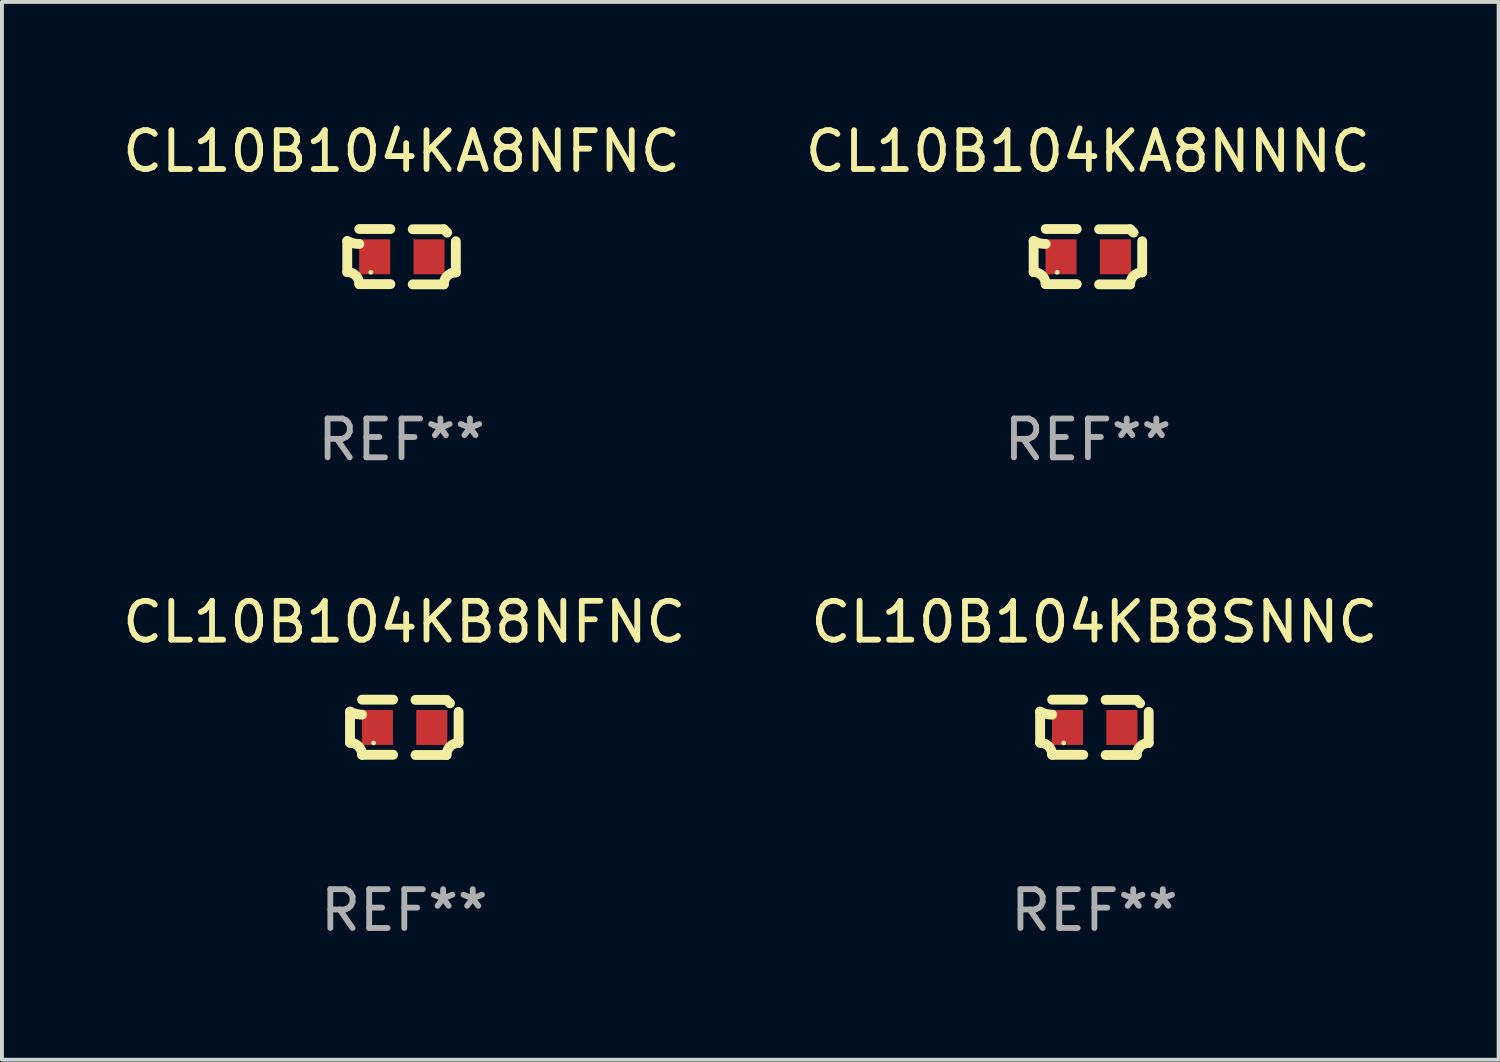
<source format=kicad_pcb>
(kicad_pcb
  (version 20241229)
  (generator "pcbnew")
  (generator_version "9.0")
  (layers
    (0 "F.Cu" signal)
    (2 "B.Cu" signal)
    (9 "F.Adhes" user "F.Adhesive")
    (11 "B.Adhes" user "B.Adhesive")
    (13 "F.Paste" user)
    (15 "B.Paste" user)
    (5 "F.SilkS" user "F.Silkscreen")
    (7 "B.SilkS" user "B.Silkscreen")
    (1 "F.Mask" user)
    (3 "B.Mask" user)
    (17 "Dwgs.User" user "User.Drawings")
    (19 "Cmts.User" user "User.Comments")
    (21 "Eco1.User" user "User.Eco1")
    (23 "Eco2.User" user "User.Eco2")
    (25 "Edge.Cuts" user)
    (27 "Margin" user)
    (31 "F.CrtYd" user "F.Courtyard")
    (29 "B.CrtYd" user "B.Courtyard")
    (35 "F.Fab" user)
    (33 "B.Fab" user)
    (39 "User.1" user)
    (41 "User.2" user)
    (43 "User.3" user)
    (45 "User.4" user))
  (footprint "CL10B104KB8SNNC"
    (layer "F.Cu")
    (at 25.137 15.683)
    (property "Reference" "CL10B104KB8SNNC" (at 0 -2.713 0) (layer "F.SilkS") (effects (font (size 1 1) (thickness 0.15))))
    (attr through_hole)
    (fp_line (start -1.398 -0.403) (end -1.398 0.397) (stroke (width 0.254) (type solid)) (layer "F.SilkS"))
    (fp_line (start -0.288 -0.713) (end -1.088 -0.713) (stroke (width 0.254) (type solid)) (layer "F.SilkS"))
    (fp_line (start -0.288 0.707) (end -1.088 0.707) (stroke (width 0.254) (type solid)) (layer "F.SilkS"))
    (fp_line (start 0.288 -0.707) (end 1.088 -0.707) (stroke (width 0.254) (type solid)) (layer "F.SilkS"))
    (fp_line (start 0.288 0.713) (end 1.088 0.713) (stroke (width 0.254) (type solid)) (layer "F.SilkS"))
    (fp_line (start 1.398 -0.397) (end 1.398 0.403) (stroke (width 0.254) (type solid)) (layer "F.SilkS"))
    (fp_arc (start -1.397789 0.397066) (mid -1.178701 0.487826) (end -1.08796 0.706922) (stroke (width 0.254001) (type solid)) (layer "F.SilkS"))
    (fp_arc (start -1.08796 -0.327176) (mid -1.247436 -0.346384) (end -1.39779 -0.402908) (stroke (width 0.254001) (type solid)) (layer "F.SilkS"))
    (fp_arc (start 1.087909 0.712738) (mid 1.178656 0.493655) (end 1.397739 0.402908) (stroke (width 0.254001) (type solid)) (layer "F.SilkS"))
    (fp_arc (start 1.175925 -0.618926) (mid 1.131917 -0.662923) (end 1.08791 -0.706922) (stroke (width 0.254001) (type solid)) (layer "F.SilkS"))
    (fp_circle (center -0.792 0.403) (end -0.762 0.403) (stroke (width 0.06) (type solid)) (fill no) (layer "F.SilkS"))
    (fp_text user "REF**" (at 0 4.713 0) (layer "F.Fab") (effects (font (size 1 1) (thickness 0.15))))
    (pad "1" smd rect (at -0.692 0.003) (size 0.8 0.9) (layers "F.Cu" "F.Mask" "F.Paste"))
    (pad "2" smd rect (at 0.708 0.003) (size 0.8 0.9) (layers "F.Cu" "F.Mask" "F.Paste")))
  (footprint "CL10B104KA8NFNC"
    (layer "F.Cu")
    (at 7.292 3.561)
    (property "Reference" "CL10B104KA8NFNC" (at 0 -2.713 0) (layer "F.SilkS") (effects (font (size 1 1) (thickness 0.15))))
    (attr through_hole)
    (fp_line (start -1.398 -0.403) (end -1.398 0.397) (stroke (width 0.254) (type solid)) (layer "F.SilkS"))
    (fp_line (start -0.288 -0.713) (end -1.088 -0.713) (stroke (width 0.254) (type solid)) (layer "F.SilkS"))
    (fp_line (start -0.288 0.707) (end -1.088 0.707) (stroke (width 0.254) (type solid)) (layer "F.SilkS"))
    (fp_line (start 0.288 -0.707) (end 1.088 -0.707) (stroke (width 0.254) (type solid)) (layer "F.SilkS"))
    (fp_line (start 0.288 0.713) (end 1.088 0.713) (stroke (width 0.254) (type solid)) (layer "F.SilkS"))
    (fp_line (start 1.398 -0.397) (end 1.398 0.403) (stroke (width 0.254) (type solid)) (layer "F.SilkS"))
    (fp_arc (start -1.397789 0.397066) (mid -1.178701 0.487826) (end -1.08796 0.706922) (stroke (width 0.254001) (type solid)) (layer "F.SilkS"))
    (fp_arc (start -1.08796 -0.327176) (mid -1.247436 -0.346384) (end -1.39779 -0.402908) (stroke (width 0.254001) (type solid)) (layer "F.SilkS"))
    (fp_arc (start 1.087909 0.712738) (mid 1.178656 0.493655) (end 1.397739 0.402908) (stroke (width 0.254001) (type solid)) (layer "F.SilkS"))
    (fp_arc (start 1.175925 -0.618926) (mid 1.131917 -0.662923) (end 1.08791 -0.706922) (stroke (width 0.254001) (type solid)) (layer "F.SilkS"))
    (fp_circle (center -0.792 0.403) (end -0.762 0.403) (stroke (width 0.06) (type solid)) (fill no) (layer "F.SilkS"))
    (fp_text user "REF**" (at 0 4.713 0) (layer "F.Fab") (effects (font (size 1 1) (thickness 0.15))))
    (pad "1" smd rect (at -0.692 0.003) (size 0.8 0.9) (layers "F.Cu" "F.Mask" "F.Paste"))
    (pad "2" smd rect (at 0.708 0.003) (size 0.8 0.9) (layers "F.Cu" "F.Mask" "F.Paste")))
  (footprint "CL10B104KB8NFNC"
    (layer "F.Cu")
    (at 7.363 15.683)
    (property "Reference" "CL10B104KB8NFNC" (at 0 -2.713 0) (layer "F.SilkS") (effects (font (size 1 1) (thickness 0.15))))
    (attr through_hole)
    (fp_line (start -1.398 -0.403) (end -1.398 0.397) (stroke (width 0.254) (type solid)) (layer "F.SilkS"))
    (fp_line (start -0.288 -0.713) (end -1.088 -0.713) (stroke (width 0.254) (type solid)) (layer "F.SilkS"))
    (fp_line (start -0.288 0.707) (end -1.088 0.707) (stroke (width 0.254) (type solid)) (layer "F.SilkS"))
    (fp_line (start 0.288 -0.707) (end 1.088 -0.707) (stroke (width 0.254) (type solid)) (layer "F.SilkS"))
    (fp_line (start 0.288 0.713) (end 1.088 0.713) (stroke (width 0.254) (type solid)) (layer "F.SilkS"))
    (fp_line (start 1.398 -0.397) (end 1.398 0.403) (stroke (width 0.254) (type solid)) (layer "F.SilkS"))
    (fp_arc (start -1.397789 0.397066) (mid -1.178701 0.487826) (end -1.08796 0.706922) (stroke (width 0.254001) (type solid)) (layer "F.SilkS"))
    (fp_arc (start -1.08796 -0.327176) (mid -1.247436 -0.346384) (end -1.39779 -0.402908) (stroke (width 0.254001) (type solid)) (layer "F.SilkS"))
    (fp_arc (start 1.087909 0.712738) (mid 1.178656 0.493655) (end 1.397739 0.402908) (stroke (width 0.254001) (type solid)) (layer "F.SilkS"))
    (fp_arc (start 1.175925 -0.618926) (mid 1.131917 -0.662923) (end 1.08791 -0.706922) (stroke (width 0.254001) (type solid)) (layer "F.SilkS"))
    (fp_circle (center -0.792 0.403) (end -0.762 0.403) (stroke (width 0.06) (type solid)) (fill no) (layer "F.SilkS"))
    (fp_text user "REF**" (at 0 4.713 0) (layer "F.Fab") (effects (font (size 1 1) (thickness 0.15))))
    (pad "1" smd rect (at -0.692 0.003) (size 0.8 0.9) (layers "F.Cu" "F.Mask" "F.Paste"))
    (pad "2" smd rect (at 0.708 0.003) (size 0.8 0.9) (layers "F.Cu" "F.Mask" "F.Paste")))
  (footprint "CL10B104KA8NNNC"
    (layer "F.Cu")
    (at 24.97 3.561)
    (property "Reference" "CL10B104KA8NNNC" (at 0 -2.713 0) (layer "F.SilkS") (effects (font (size 1 1) (thickness 0.15))))
    (attr through_hole)
    (fp_line (start -1.398 -0.403) (end -1.398 0.397) (stroke (width 0.254) (type solid)) (layer "F.SilkS"))
    (fp_line (start -0.288 -0.713) (end -1.088 -0.713) (stroke (width 0.254) (type solid)) (layer "F.SilkS"))
    (fp_line (start -0.288 0.707) (end -1.088 0.707) (stroke (width 0.254) (type solid)) (layer "F.SilkS"))
    (fp_line (start 0.288 -0.707) (end 1.088 -0.707) (stroke (width 0.254) (type solid)) (layer "F.SilkS"))
    (fp_line (start 0.288 0.713) (end 1.088 0.713) (stroke (width 0.254) (type solid)) (layer "F.SilkS"))
    (fp_line (start 1.398 -0.397) (end 1.398 0.403) (stroke (width 0.254) (type solid)) (layer "F.SilkS"))
    (fp_arc (start -1.397789 0.397066) (mid -1.178701 0.487826) (end -1.08796 0.706922) (stroke (width 0.254001) (type solid)) (layer "F.SilkS"))
    (fp_arc (start -1.08796 -0.327176) (mid -1.247436 -0.346384) (end -1.39779 -0.402908) (stroke (width 0.254001) (type solid)) (layer "F.SilkS"))
    (fp_arc (start 1.087909 0.712738) (mid 1.178656 0.493655) (end 1.397739 0.402908) (stroke (width 0.254001) (type solid)) (layer "F.SilkS"))
    (fp_arc (start 1.175925 -0.618926) (mid 1.131917 -0.662923) (end 1.08791 -0.706922) (stroke (width 0.254001) (type solid)) (layer "F.SilkS"))
    (fp_circle (center -0.792 0.403) (end -0.762 0.403) (stroke (width 0.06) (type solid)) (fill no) (layer "F.SilkS"))
    (fp_text user "REF**" (at 0 4.713 0) (layer "F.Fab") (effects (font (size 1 1) (thickness 0.15))))
    (pad "1" smd rect (at -0.692 0.003) (size 0.8 0.9) (layers "F.Cu" "F.Mask" "F.Paste"))
    (pad "2" smd rect (at 0.708 0.003) (size 0.8 0.9) (layers "F.Cu" "F.Mask" "F.Paste")))
  (gr_rect
    (start -3 -3)
    (end 35.548 24.244)
    (stroke (width 0.1) (type default))
    (fill no)
    (layer "Edge.Cuts")))
</source>
